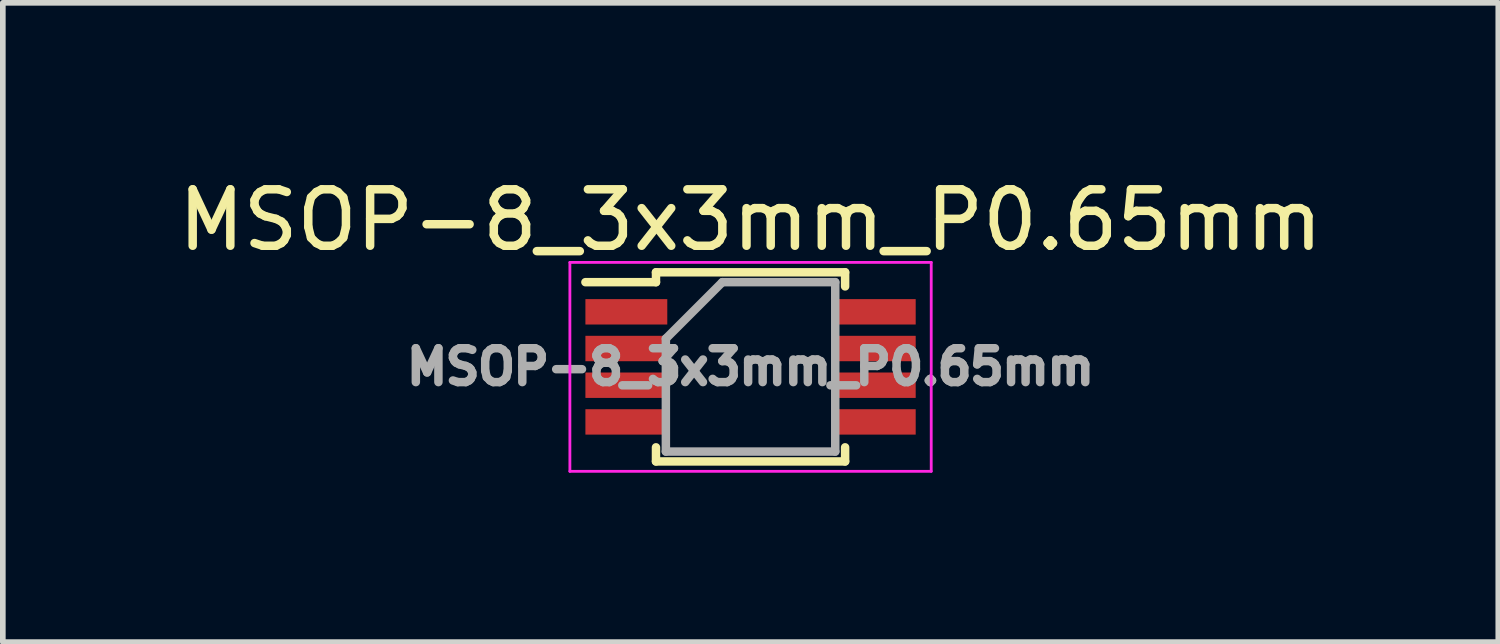
<source format=kicad_pcb>
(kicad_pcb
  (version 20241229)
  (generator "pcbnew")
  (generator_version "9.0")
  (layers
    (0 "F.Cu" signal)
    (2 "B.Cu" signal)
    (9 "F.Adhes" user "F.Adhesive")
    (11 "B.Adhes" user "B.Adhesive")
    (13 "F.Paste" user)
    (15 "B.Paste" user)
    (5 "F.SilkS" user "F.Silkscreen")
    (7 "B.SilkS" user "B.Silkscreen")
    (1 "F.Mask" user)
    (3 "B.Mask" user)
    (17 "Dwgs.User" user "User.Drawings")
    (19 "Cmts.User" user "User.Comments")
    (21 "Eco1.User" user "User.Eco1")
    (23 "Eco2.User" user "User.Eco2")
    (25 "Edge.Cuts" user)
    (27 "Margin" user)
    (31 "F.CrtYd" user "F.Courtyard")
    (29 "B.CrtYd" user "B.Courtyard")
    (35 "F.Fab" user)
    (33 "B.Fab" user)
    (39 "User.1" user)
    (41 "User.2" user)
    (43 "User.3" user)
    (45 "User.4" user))
  (footprint "MSOP-8_3x3mm_P0.65mm"
    (layer "F.Cu")
    (at 10.244 3.448)
    (property "Reference" "MSOP-8_3x3mm_P0.65mm" (at 0 -2.6 0) (layer "F.SilkS") (effects (font (size 1 1) (thickness 0.15))))
    (attr smd)
    (fp_line (start -1.675 -1.675) (end -1.675 -1.5) (stroke (width 0.15) (type solid)) (layer "F.SilkS"))
    (fp_line (start -1.675 -1.675) (end 1.675 -1.675) (stroke (width 0.15) (type solid)) (layer "F.SilkS"))
    (fp_line (start -1.675 -1.5) (end -2.925 -1.5) (stroke (width 0.15) (type solid)) (layer "F.SilkS"))
    (fp_line (start -1.675 1.675) (end -1.675 1.425) (stroke (width 0.15) (type solid)) (layer "F.SilkS"))
    (fp_line (start -1.675 1.675) (end 1.675 1.675) (stroke (width 0.15) (type solid)) (layer "F.SilkS"))
    (fp_line (start 1.675 -1.675) (end 1.675 -1.425) (stroke (width 0.15) (type solid)) (layer "F.SilkS"))
    (fp_line (start 1.675 1.675) (end 1.675 1.425) (stroke (width 0.15) (type solid)) (layer "F.SilkS"))
    (fp_line (start -3.2 -1.85) (end -3.2 1.85) (stroke (width 0.05) (type solid)) (layer "F.CrtYd"))
    (fp_line (start -3.2 -1.85) (end 3.2 -1.85) (stroke (width 0.05) (type solid)) (layer "F.CrtYd"))
    (fp_line (start -3.2 1.85) (end 3.2 1.85) (stroke (width 0.05) (type solid)) (layer "F.CrtYd"))
    (fp_line (start 3.2 -1.85) (end 3.2 1.85) (stroke (width 0.05) (type solid)) (layer "F.CrtYd"))
    (fp_line (start -1.5 -0.5) (end -0.5 -1.5) (stroke (width 0.15) (type solid)) (layer "F.Fab"))
    (fp_line (start -1.5 1.5) (end -1.5 -0.5) (stroke (width 0.15) (type solid)) (layer "F.Fab"))
    (fp_line (start -0.5 -1.5) (end 1.5 -1.5) (stroke (width 0.15) (type solid)) (layer "F.Fab"))
    (fp_line (start 1.5 -1.5) (end 1.5 1.5) (stroke (width 0.15) (type solid)) (layer "F.Fab"))
    (fp_line (start 1.5 1.5) (end -1.5 1.5) (stroke (width 0.15) (type solid)) (layer "F.Fab"))
    (fp_text user "${REFERENCE}" (at 0 0 0) (layer "F.Fab") (effects (font (size 0.6 0.6) (thickness 0.15))))
    (pad "1" smd rect (at -2.2 -0.975) (size 1.45 0.45) (layers "F.Cu" "F.Mask" "F.Paste"))
    (pad "2" smd rect (at -2.2 -0.325) (size 1.45 0.45) (layers "F.Cu" "F.Mask" "F.Paste"))
    (pad "3" smd rect (at -2.2 0.325) (size 1.45 0.45) (layers "F.Cu" "F.Mask" "F.Paste"))
    (pad "4" smd rect (at -2.2 0.975) (size 1.45 0.45) (layers "F.Cu" "F.Mask" "F.Paste"))
    (pad "5" smd rect (at 2.2 0.975) (size 1.45 0.45) (layers "F.Cu" "F.Mask" "F.Paste"))
    (pad "6" smd rect (at 2.2 0.325) (size 1.45 0.45) (layers "F.Cu" "F.Mask" "F.Paste"))
    (pad "7" smd rect (at 2.2 -0.325) (size 1.45 0.45) (layers "F.Cu" "F.Mask" "F.Paste"))
    (pad "8" smd rect (at 2.2 -0.975) (size 1.45 0.45) (layers "F.Cu" "F.Mask" "F.Paste")))
  (gr_rect
    (start -3 -3)
    (end 23.488 8.323)
    (stroke (width 0.1) (type default))
    (fill no)
    (layer "Edge.Cuts")))
</source>
